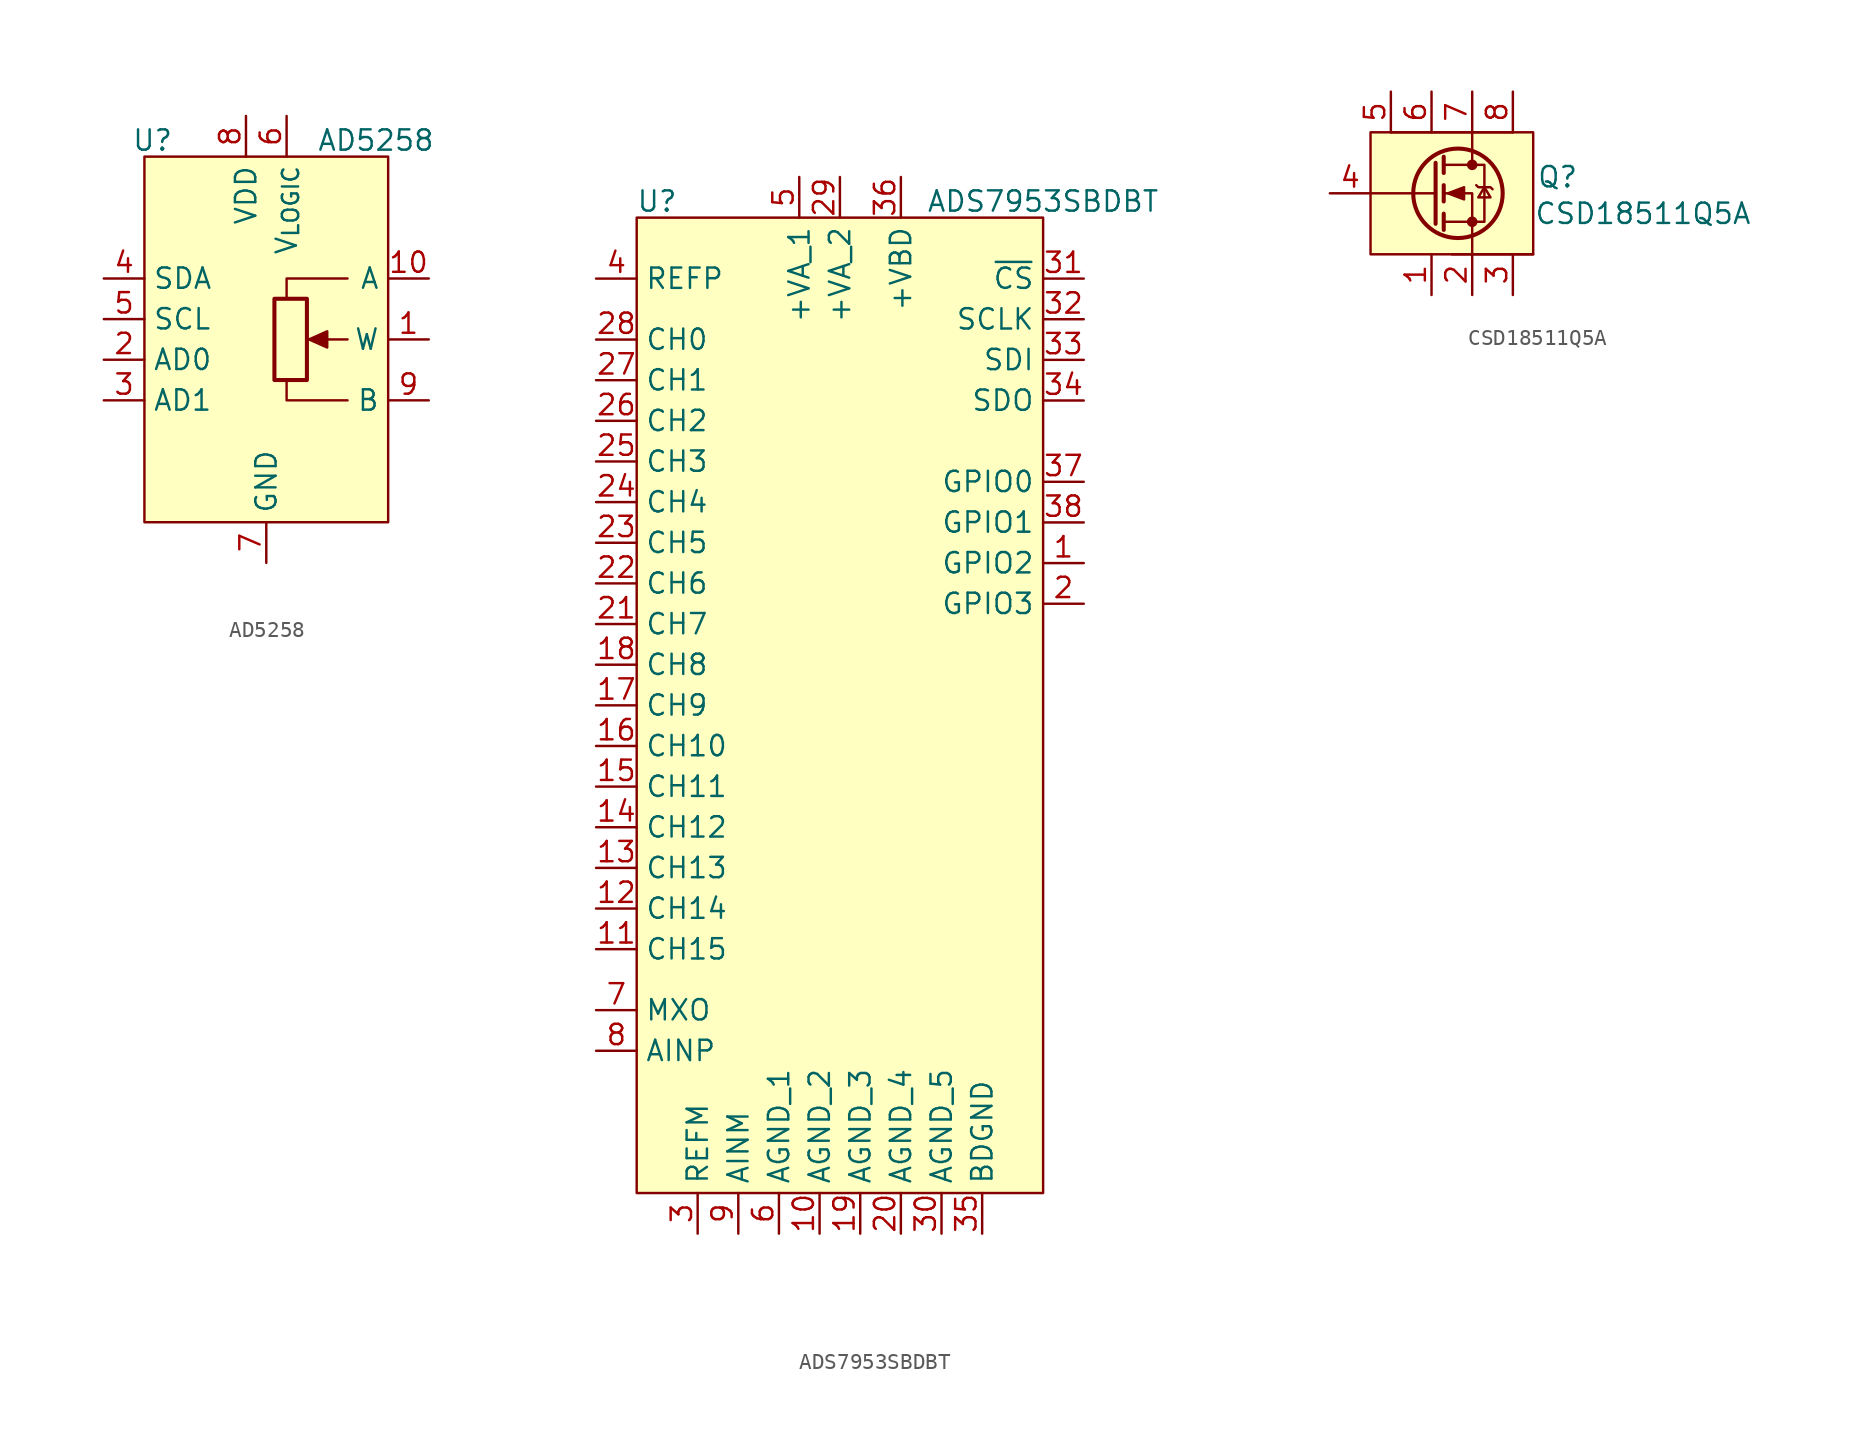
<source format=kicad_sym>
(kicad_symbol_lib
  (version 20231120)
  (generator "kicad_symbol_editor")
  (generator_version "8.0")
  (symbol "AD5258"
    (property "Reference" "U"
      (at -7.112 12.446 0)
      (effects (font (size 1.27 1.27))))
    (property "Value" "AD5258"
      (at 6.858 12.446 0)
      (effects (font (size 1.27 1.27))))
    (symbol "AD5258_0_1"
      (polyline (pts (xy 3.81 0) (xy 5.08 0)) (stroke (width 0) (type default)) (fill (type none)))
      (polyline (pts (xy 1.27 -2.54) (xy 1.27 -3.81) (xy 5.08 -3.81)) (stroke (width 0) (type default)) (fill (type none)))
      (polyline (pts (xy 5.08 3.81) (xy 1.27 3.81) (xy 1.27 2.54)) (stroke (width 0) (type default)) (fill (type none)))
      (polyline (pts (xy 2.667 0) (xy 3.81 0.508) (xy 3.81 -0.508) (xy 2.667 0)) (stroke (width 0) (type default)) (fill (type outline)))
      (rectangle (start 0.508 2.54) (end 2.54 -2.54) (stroke (width 0.254) (type default)) (fill (type none))))
    (symbol "AD5258_1_1"
      (rectangle (start -7.62 11.43) (end 7.62 -11.43) (stroke (width 0) (type default)) (fill (type background)))
      (pin input line (at 10.16 0 180) (length 2.54) (name "W" (effects (font (size 1.27 1.27)))) (number "1" (effects (font (size 1.27 1.27)))))
      (pin input line (at 10.16 3.81 180) (length 2.54) (name "A" (effects (font (size 1.27 1.27)))) (number "10" (effects (font (size 1.27 1.27)))))
      (pin input line (at -10.16 -1.27 0) (length 2.54) (name "AD0" (effects (font (size 1.27 1.27)))) (number "2" (effects (font (size 1.27 1.27)))))
      (pin input line (at -10.16 -3.81 0) (length 2.54) (name "AD1" (effects (font (size 1.27 1.27)))) (number "3" (effects (font (size 1.27 1.27)))))
      (pin input line (at -10.16 3.81 0) (length 2.54) (name "SDA" (effects (font (size 1.27 1.27)))) (number "4" (effects (font (size 1.27 1.27)))))
      (pin input line (at -10.16 1.27 0) (length 2.54) (name "SCL" (effects (font (size 1.27 1.27)))) (number "5" (effects (font (size 1.27 1.27)))))
      (pin input line (at 1.27 13.97 270) (length 2.54) (name "V_{LOGIC}" (effects (font (size 1.27 1.27)))) (number "6" (effects (font (size 1.27 1.27)))))
      (pin input line (at 0 -13.97 90) (length 2.54) (name "GND" (effects (font (size 1.27 1.27)))) (number "7" (effects (font (size 1.27 1.27)))))
      (pin input line (at -1.27 13.97 270) (length 2.54) (name "VDD" (effects (font (size 1.27 1.27)))) (number "8" (effects (font (size 1.27 1.27)))))
      (pin input line (at 10.16 -3.81 180) (length 2.54) (name "B" (effects (font (size 1.27 1.27)))) (number "9" (effects (font (size 1.27 1.27)))))))
  (symbol "ADS7953SBDBT"
    (property "Reference" "U"
      (at -11.43 31.496 0)
      (effects (font (size 1.27 1.27))))
    (property "Value" "ADS7953SBDBT"
      (at 12.7 31.496 0)
      (effects (font (size 1.27 1.27))))
    (symbol "ADS7953SBDBT_1_1"
      (rectangle (start -12.7 30.48) (end 12.7 -30.48) (stroke (width 0) (type default)) (fill (type background)))
      (pin input line (at 15.24 8.89 180) (length 2.54) (name "GPIO2" (effects (font (size 1.27 1.27)))) (number "1" (effects (font (size 1.27 1.27)))))
      (pin input line (at -1.27 -33.02 90) (length 2.54) (name "AGND_2" (effects (font (size 1.27 1.27)))) (number "10" (effects (font (size 1.27 1.27)))))
      (pin input line (at -15.24 -15.24 0) (length 2.54) (name "CH15" (effects (font (size 1.27 1.27)))) (number "11" (effects (font (size 1.27 1.27)))))
      (pin input line (at -15.24 -12.7 0) (length 2.54) (name "CH14" (effects (font (size 1.27 1.27)))) (number "12" (effects (font (size 1.27 1.27)))))
      (pin input line (at -15.24 -10.16 0) (length 2.54) (name "CH13" (effects (font (size 1.27 1.27)))) (number "13" (effects (font (size 1.27 1.27)))))
      (pin input line (at -15.24 -7.62 0) (length 2.54) (name "CH12" (effects (font (size 1.27 1.27)))) (number "14" (effects (font (size 1.27 1.27)))))
      (pin input line (at -15.24 -5.08 0) (length 2.54) (name "CH11" (effects (font (size 1.27 1.27)))) (number "15" (effects (font (size 1.27 1.27)))))
      (pin input line (at -15.24 -2.54 0) (length 2.54) (name "CH10" (effects (font (size 1.27 1.27)))) (number "16" (effects (font (size 1.27 1.27)))))
      (pin input line (at -15.24 0 0) (length 2.54) (name "CH9" (effects (font (size 1.27 1.27)))) (number "17" (effects (font (size 1.27 1.27)))))
      (pin input line (at -15.24 2.54 0) (length 2.54) (name "CH8" (effects (font (size 1.27 1.27)))) (number "18" (effects (font (size 1.27 1.27)))))
      (pin input line (at 1.27 -33.02 90) (length 2.54) (name "AGND_3" (effects (font (size 1.27 1.27)))) (number "19" (effects (font (size 1.27 1.27)))))
      (pin input line (at 15.24 6.35 180) (length 2.54) (name "GPIO3" (effects (font (size 1.27 1.27)))) (number "2" (effects (font (size 1.27 1.27)))))
      (pin input line (at 3.81 -33.02 90) (length 2.54) (name "AGND_4" (effects (font (size 1.27 1.27)))) (number "20" (effects (font (size 1.27 1.27)))))
      (pin input line (at -15.24 5.08 0) (length 2.54) (name "CH7" (effects (font (size 1.27 1.27)))) (number "21" (effects (font (size 1.27 1.27)))))
      (pin input line (at -15.24 7.62 0) (length 2.54) (name "CH6" (effects (font (size 1.27 1.27)))) (number "22" (effects (font (size 1.27 1.27)))))
      (pin input line (at -15.24 10.16 0) (length 2.54) (name "CH5" (effects (font (size 1.27 1.27)))) (number "23" (effects (font (size 1.27 1.27)))))
      (pin input line (at -15.24 12.7 0) (length 2.54) (name "CH4" (effects (font (size 1.27 1.27)))) (number "24" (effects (font (size 1.27 1.27)))))
      (pin input line (at -15.24 15.24 0) (length 2.54) (name "CH3" (effects (font (size 1.27 1.27)))) (number "25" (effects (font (size 1.27 1.27)))))
      (pin input line (at -15.24 17.78 0) (length 2.54) (name "CH2" (effects (font (size 1.27 1.27)))) (number "26" (effects (font (size 1.27 1.27)))))
      (pin input line (at -15.24 20.32 0) (length 2.54) (name "CH1" (effects (font (size 1.27 1.27)))) (number "27" (effects (font (size 1.27 1.27)))))
      (pin input line (at -15.24 22.86 0) (length 2.54) (name "CH0" (effects (font (size 1.27 1.27)))) (number "28" (effects (font (size 1.27 1.27)))))
      (pin input line (at 0 33.02 270) (length 2.54) (name "+VA_2" (effects (font (size 1.27 1.27)))) (number "29" (effects (font (size 1.27 1.27)))))
      (pin input line (at -8.89 -33.02 90) (length 2.54) (name "REFM" (effects (font (size 1.27 1.27)))) (number "3" (effects (font (size 1.27 1.27)))))
      (pin input line (at 6.35 -33.02 90) (length 2.54) (name "AGND_5" (effects (font (size 1.27 1.27)))) (number "30" (effects (font (size 1.27 1.27)))))
      (pin input line (at 15.24 26.67 180) (length 2.54) (name "~{CS}" (effects (font (size 1.27 1.27)))) (number "31" (effects (font (size 1.27 1.27)))))
      (pin input line (at 15.24 24.13 180) (length 2.54) (name "SCLK" (effects (font (size 1.27 1.27)))) (number "32" (effects (font (size 1.27 1.27)))))
      (pin input line (at 15.24 21.59 180) (length 2.54) (name "SDI" (effects (font (size 1.27 1.27)))) (number "33" (effects (font (size 1.27 1.27)))))
      (pin input line (at 15.24 19.05 180) (length 2.54) (name "SDO" (effects (font (size 1.27 1.27)))) (number "34" (effects (font (size 1.27 1.27)))))
      (pin input line (at 8.89 -33.02 90) (length 2.54) (name "BDGND" (effects (font (size 1.27 1.27)))) (number "35" (effects (font (size 1.27 1.27)))))
      (pin input line (at 3.81 33.02 270) (length 2.54) (name "+VBD" (effects (font (size 1.27 1.27)))) (number "36" (effects (font (size 1.27 1.27)))))
      (pin input line (at 15.24 13.97 180) (length 2.54) (name "GPIO0" (effects (font (size 1.27 1.27)))) (number "37" (effects (font (size 1.27 1.27)))))
      (pin input line (at 15.24 11.43 180) (length 2.54) (name "GPIO1" (effects (font (size 1.27 1.27)))) (number "38" (effects (font (size 1.27 1.27)))))
      (pin input line (at -15.24 26.67 0) (length 2.54) (name "REFP" (effects (font (size 1.27 1.27)))) (number "4" (effects (font (size 1.27 1.27)))))
      (pin input line (at -2.54 33.02 270) (length 2.54) (name "+VA_1" (effects (font (size 1.27 1.27)))) (number "5" (effects (font (size 1.27 1.27)))))
      (pin input line (at -3.81 -33.02 90) (length 2.54) (name "AGND_1" (effects (font (size 1.27 1.27)))) (number "6" (effects (font (size 1.27 1.27)))))
      (pin input line (at -15.24 -19.05 0) (length 2.54) (name "MXO" (effects (font (size 1.27 1.27)))) (number "7" (effects (font (size 1.27 1.27)))))
      (pin input line (at -15.24 -21.59 0) (length 2.54) (name "AINP" (effects (font (size 1.27 1.27)))) (number "8" (effects (font (size 1.27 1.27)))))
      (pin input line (at -6.35 -33.02 90) (length 2.54) (name "AINM" (effects (font (size 1.27 1.27)))) (number "9" (effects (font (size 1.27 1.27)))))))
  (symbol "CSD18511Q5A"
    (property "Reference" "Q"
      (at 7.874 1.016 0)
      (effects (font (size 1.27 1.27))))
    (property "Value" "CSD18511Q5A"
      (at 13.208 -1.27 0)
      (effects (font (size 1.27 1.27))))
    (symbol "CSD18511Q5A_0_1"
      (polyline (pts (xy 0.254 0) (xy -3.81 0)) (stroke (width 0) (type default)) (fill (type none)))
      (polyline (pts (xy 0.254 1.905) (xy 0.254 -1.905)) (stroke (width 0.254) (type default)) (fill (type none)))
      (polyline (pts (xy 0.762 -1.27) (xy 0.762 -2.286)) (stroke (width 0.254) (type default)) (fill (type none)))
      (polyline (pts (xy 0.762 0.508) (xy 0.762 -0.508)) (stroke (width 0.254) (type default)) (fill (type none)))
      (polyline (pts (xy 0.762 2.286) (xy 0.762 1.27)) (stroke (width 0.254) (type default)) (fill (type none)))
      (polyline (pts (xy 2.54 -3.81) (xy 2.54 -2.54)) (stroke (width 0) (type default)) (fill (type none)))
      (polyline (pts (xy 2.54 2.54) (xy 2.54 1.778)) (stroke (width 0) (type default)) (fill (type none)))
      (polyline (pts (xy 2.54 2.54) (xy 2.54 3.81)) (stroke (width 0) (type default)) (fill (type none)))
      (polyline (pts (xy -2.54 3.81) (xy 2.54 3.81) (xy 5.08 3.81)) (stroke (width 0) (type default)) (fill (type none)))
      (polyline (pts (xy 1.27 -3.81) (xy 3.81 -3.81) (xy 6.35 -3.81)) (stroke (width 0) (type default)) (fill (type none)))
      (polyline (pts (xy 2.54 -2.54) (xy 2.54 0) (xy 0.762 0)) (stroke (width 0) (type default)) (fill (type none)))
      (polyline (pts (xy 0.762 -1.778) (xy 3.302 -1.778) (xy 3.302 1.778) (xy 0.762 1.778)) (stroke (width 0) (type default)) (fill (type none)))
      (polyline (pts (xy 1.016 0) (xy 2.032 0.381) (xy 2.032 -0.381) (xy 1.016 0)) (stroke (width 0) (type default)) (fill (type outline)))
      (polyline (pts (xy 2.794 0.508) (xy 2.921 0.381) (xy 3.683 0.381) (xy 3.81 0.254)) (stroke (width 0) (type default)) (fill (type none)))
      (polyline (pts (xy 3.302 0.381) (xy 2.921 -0.254) (xy 3.683 -0.254) (xy 3.302 0.381)) (stroke (width 0) (type default)) (fill (type none)))
      (circle (center 1.651 0) (radius 2.794) (stroke (width 0.254) (type default)) (fill (type none)))
      (circle (center 2.54 -1.778) (radius 0.254) (stroke (width 0) (type default)) (fill (type outline)))
      (circle (center 2.54 1.778) (radius 0.254) (stroke (width 0) (type default)) (fill (type outline))))
    (symbol "CSD18511Q5A_1_1"
      (rectangle (start -3.81 3.81) (end 6.35 -3.81) (stroke (width 0) (type default)) (fill (type background)))
      (pin passive line (at 0 -6.35 90) (length 2.54) (name "" (effects (font (size 1.27 1.27)))) (number "1" (effects (font (size 1.27 1.27)))))
      (pin passive line (at 2.54 -6.35 90) (length 2.54) (name "" (effects (font (size 1.27 1.27)))) (number "2" (effects (font (size 1.27 1.27)))))
      (pin passive line (at 5.08 -6.35 90) (length 2.54) (name "" (effects (font (size 1.27 1.27)))) (number "3" (effects (font (size 1.27 1.27)))))
      (pin input line (at -6.35 0 0) (length 2.54) (name "" (effects (font (size 1.27 1.27)))) (number "4" (effects (font (size 1.27 1.27)))))
      (pin passive line (at -2.54 6.35 270) (length 2.54) (name "" (effects (font (size 1.27 1.27)))) (number "5" (effects (font (size 1.27 1.27)))))
      (pin passive line (at 0 6.35 270) (length 2.54) (name "" (effects (font (size 1.27 1.27)))) (number "6" (effects (font (size 1.27 1.27)))))
      (pin passive line (at 2.54 6.35 270) (length 2.54) (name "" (effects (font (size 1.27 1.27)))) (number "7" (effects (font (size 1.27 1.27)))))
      (pin passive line (at 5.08 6.35 270) (length 2.54) (name "" (effects (font (size 1.27 1.27)))) (number "8" (effects (font (size 1.27 1.27))))))))
</source>
